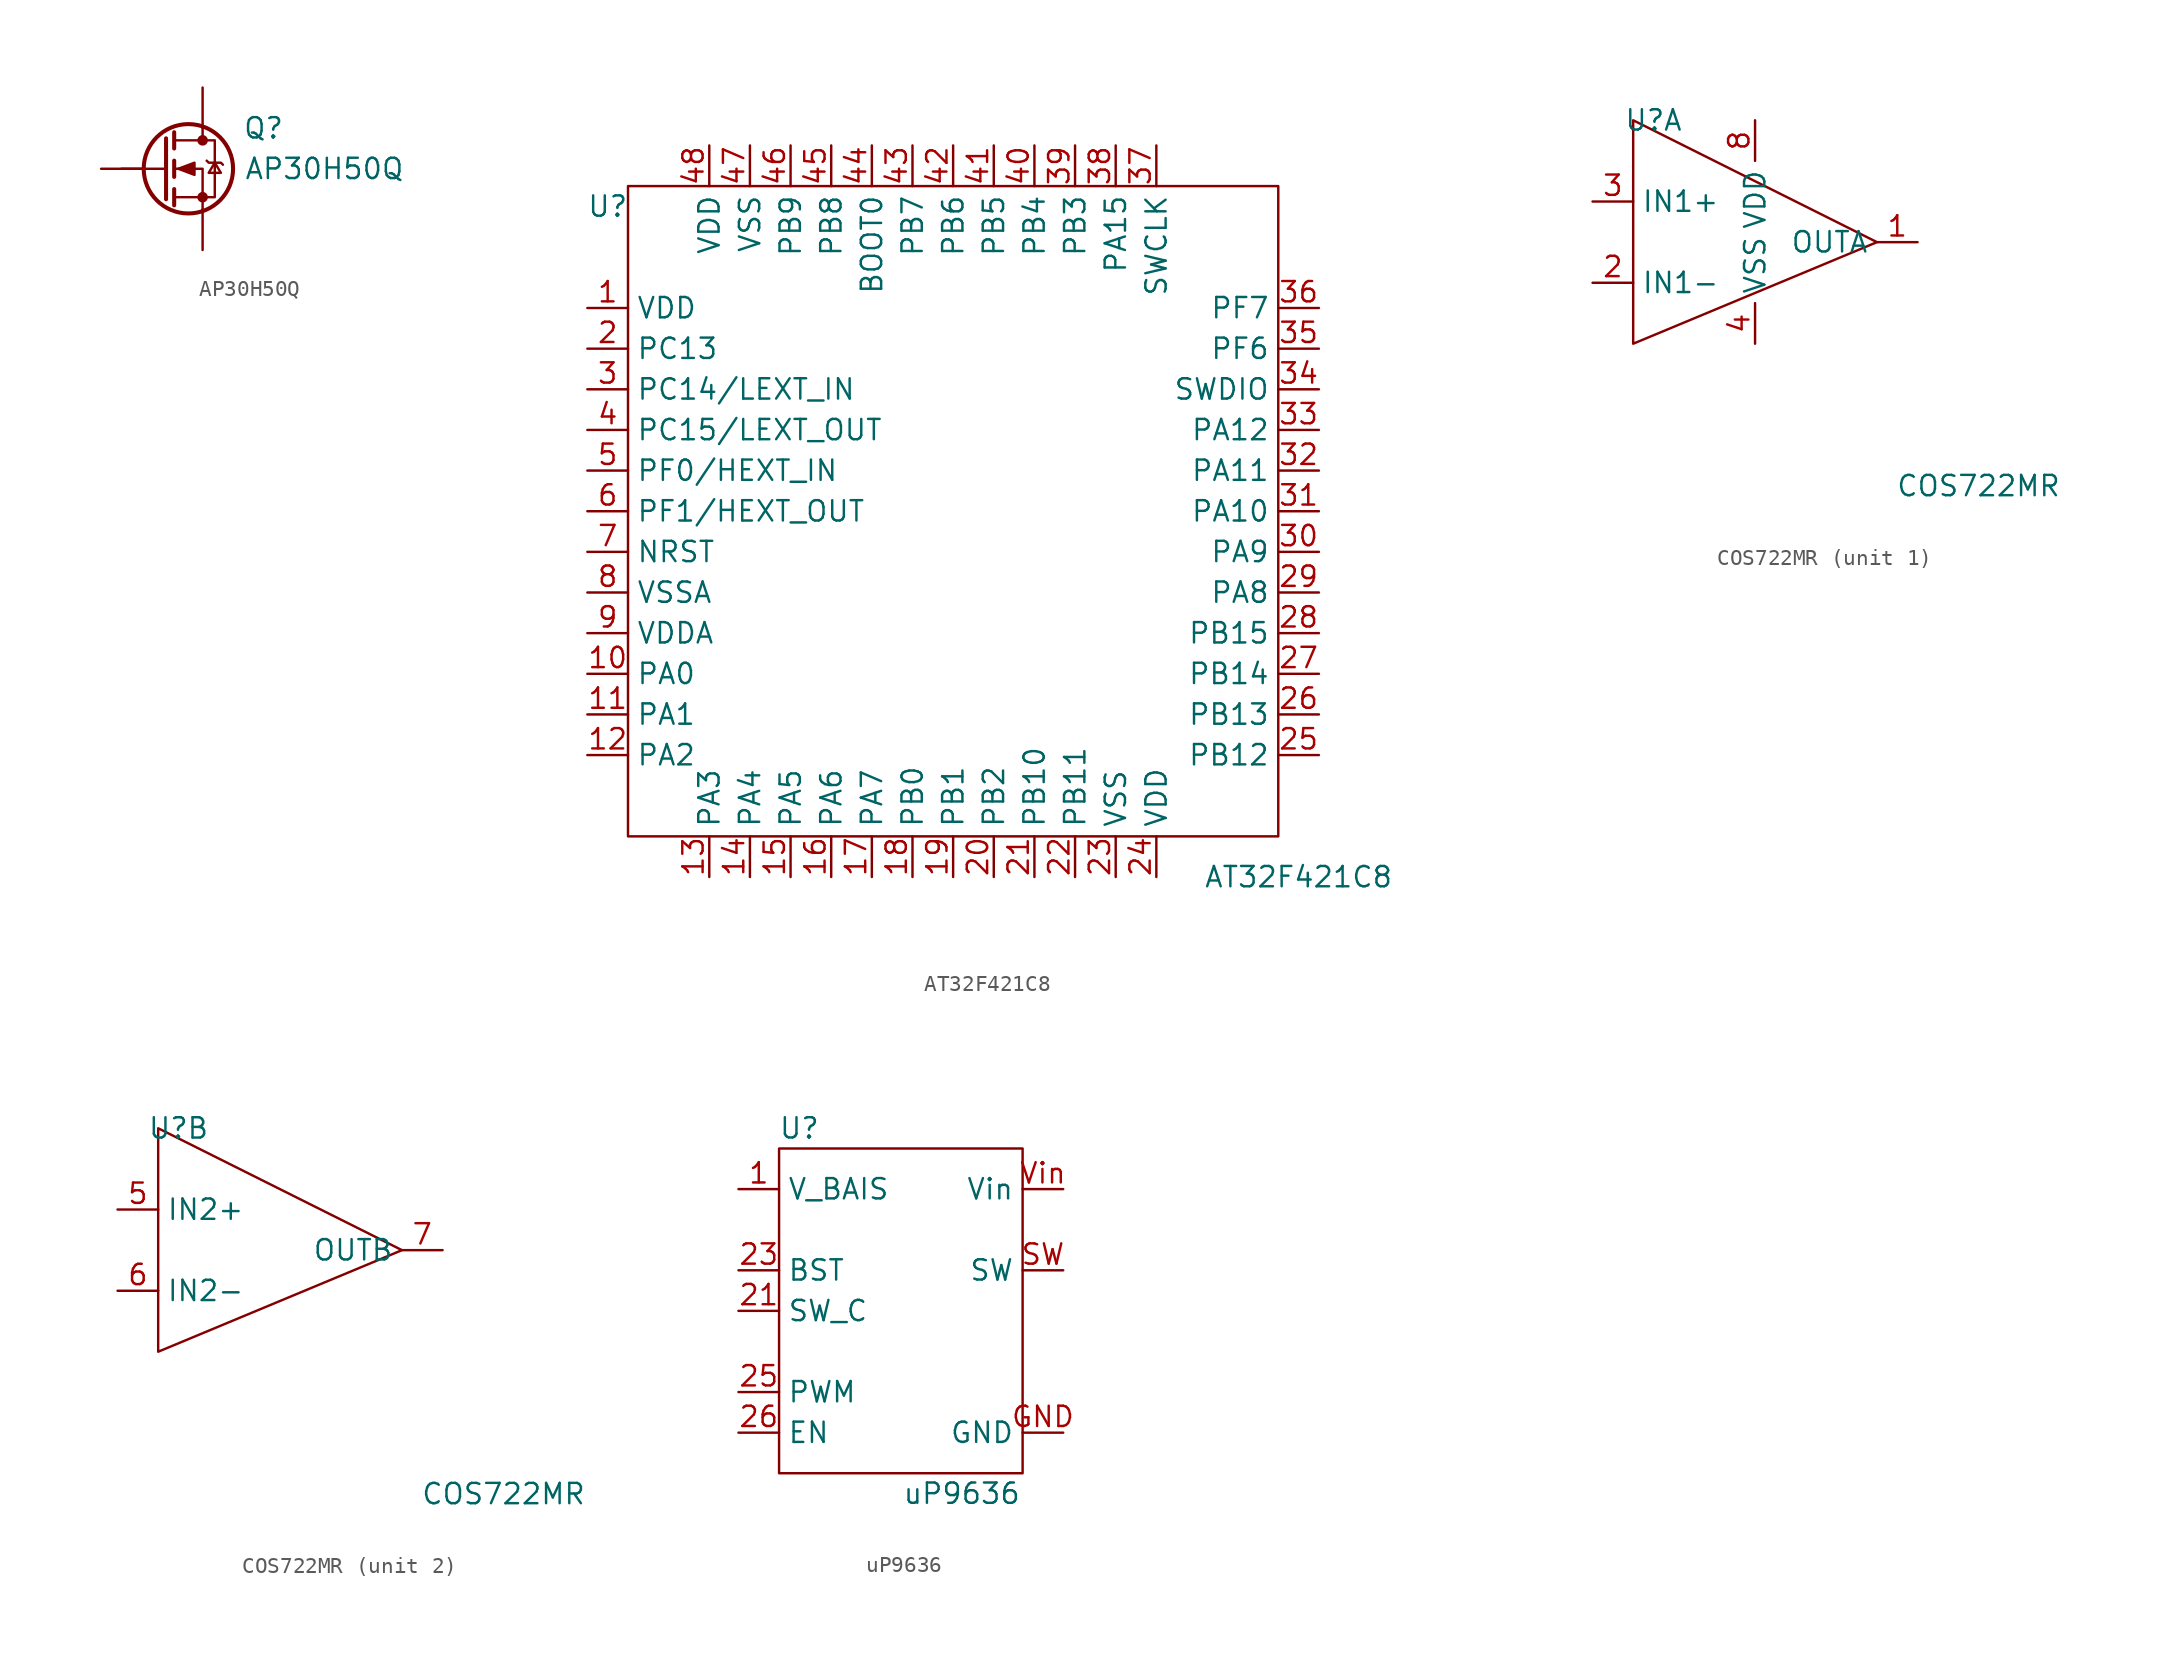
<source format=kicad_sym>
(kicad_symbol_lib
  (version 20211014)
  (generator kicad_symbol_editor)
  (symbol "AP30H50Q"
    (pin_numbers hide)
    (pin_names hide)
    (property "Reference" "Q"
      (at 10.16 7.62 0)
      (effects (font (size 1.27 1.27))))
    (property "Value" "AP30H50Q"
      (at 13.97 5.08 0)
      (effects (font (size 1.27 1.27))))
    (symbol "AP30H50Q_0_1"
      (polyline (pts (xy 4.064 5.08) (xy 1.27 5.08)) (stroke (width 0) (type default) (color 0 0 0 0)) (fill (type none)))
      (polyline (pts (xy 4.064 6.985) (xy 4.064 3.175)) (stroke (width 0.254) (type default) (color 0 0 0 0)) (fill (type none)))
      (polyline (pts (xy 4.572 3.81) (xy 4.572 2.794)) (stroke (width 0.254) (type default) (color 0 0 0 0)) (fill (type none)))
      (polyline (pts (xy 4.572 5.588) (xy 4.572 4.572)) (stroke (width 0.254) (type default) (color 0 0 0 0)) (fill (type none)))
      (polyline (pts (xy 4.572 7.366) (xy 4.572 6.35)) (stroke (width 0.254) (type default) (color 0 0 0 0)) (fill (type none)))
      (polyline (pts (xy 6.35 7.62) (xy 6.35 6.858)) (stroke (width 0) (type default) (color 0 0 0 0)) (fill (type none)))
      (polyline (pts (xy 6.35 2.54) (xy 6.35 5.08) (xy 4.572 5.08)) (stroke (width 0) (type default) (color 0 0 0 0)) (fill (type none)))
      (polyline (pts (xy 4.572 3.302) (xy 7.112 3.302) (xy 7.112 6.858) (xy 4.572 6.858)) (stroke (width 0) (type default) (color 0 0 0 0)) (fill (type none)))
      (polyline (pts (xy 4.826 5.08) (xy 5.842 5.461) (xy 5.842 4.699) (xy 4.826 5.08)) (stroke (width 0) (type default) (color 0 0 0 0)) (fill (type outline)))
      (polyline (pts (xy 6.604 5.588) (xy 6.731 5.461) (xy 7.493 5.461) (xy 7.62 5.334)) (stroke (width 0) (type default) (color 0 0 0 0)) (fill (type none)))
      (polyline (pts (xy 7.112 5.461) (xy 6.731 4.826) (xy 7.493 4.826) (xy 7.112 5.461)) (stroke (width 0) (type default) (color 0 0 0 0)) (fill (type none)))
      (circle (center 5.461 5.08) (radius 2.794) (stroke (width 0.254) (type default) (color 0 0 0 0)) (fill (type none)))
      (circle (center 6.35 3.302) (radius 0.254) (stroke (width 0) (type default) (color 0 0 0 0)) (fill (type outline)))
      (circle (center 6.35 6.858) (radius 0.254) (stroke (width 0) (type default) (color 0 0 0 0)) (fill (type outline))))
    (symbol "AP30H50Q_1_1"
      (pin passive line (at 6.35 0 90) (length 2.54) (name "S" (effects (font (size 1.27 1.27)))) (number "1" (effects (font (size 1.27 1.27)))))
      (pin passive line (at 6.35 0 90) (length 2.54) hide (name "S" (effects (font (size 1.27 1.27)))) (number "2" (effects (font (size 1.27 1.27)))))
      (pin passive line (at 6.35 0 90) (length 2.54) hide (name "S" (effects (font (size 1.27 1.27)))) (number "3" (effects (font (size 1.27 1.27)))))
      (pin passive line (at 0 5.08 0) (length 2.54) (name "G" (effects (font (size 1.27 1.27)))) (number "4" (effects (font (size 1.27 1.27)))))
      (pin passive line (at 6.35 10.16 270) (length 2.54) (name "D" (effects (font (size 1.27 1.27)))) (number "5" (effects (font (size 1.27 1.27)))))))
  (symbol "AT32F421C8"
    (property "Reference" "U"
      (at 1.27 41.91 0)
      (effects (font (size 1.27 1.27))))
    (property "Value" "AT32F421C8"
      (at 44.45 0 0)
      (effects (font (size 1.27 1.27))))
    (symbol "AT32F421C8_0_0"
      (pin power_in line (at 0 35.56 0) (length 2.54) (name "VDD" (effects (font (size 1.27 1.27)))) (number "1" (effects (font (size 1.27 1.27)))))
      (pin bidirectional line (at 0 12.7 0) (length 2.54) (name "PA0" (effects (font (size 1.27 1.27)))) (number "10" (effects (font (size 1.27 1.27)))))
      (pin bidirectional line (at 0 10.16 0) (length 2.54) (name "PA1" (effects (font (size 1.27 1.27)))) (number "11" (effects (font (size 1.27 1.27)))))
      (pin bidirectional line (at 0 7.62 0) (length 2.54) (name "PA2" (effects (font (size 1.27 1.27)))) (number "12" (effects (font (size 1.27 1.27)))))
      (pin bidirectional line (at 7.62 0 90) (length 2.54) (name "PA3" (effects (font (size 1.27 1.27)))) (number "13" (effects (font (size 1.27 1.27)))))
      (pin bidirectional line (at 10.16 0 90) (length 2.54) (name "PA4" (effects (font (size 1.27 1.27)))) (number "14" (effects (font (size 1.27 1.27)))))
      (pin bidirectional line (at 12.7 0 90) (length 2.54) (name "PA5" (effects (font (size 1.27 1.27)))) (number "15" (effects (font (size 1.27 1.27)))))
      (pin bidirectional line (at 15.24 0 90) (length 2.54) (name "PA6" (effects (font (size 1.27 1.27)))) (number "16" (effects (font (size 1.27 1.27)))))
      (pin bidirectional line (at 17.78 0 90) (length 2.54) (name "PA7" (effects (font (size 1.27 1.27)))) (number "17" (effects (font (size 1.27 1.27)))))
      (pin bidirectional line (at 20.32 0 90) (length 2.54) (name "PB0" (effects (font (size 1.27 1.27)))) (number "18" (effects (font (size 1.27 1.27)))))
      (pin bidirectional line (at 22.86 0 90) (length 2.54) (name "PB1" (effects (font (size 1.27 1.27)))) (number "19" (effects (font (size 1.27 1.27)))))
      (pin bidirectional line (at 0 33.02 0) (length 2.54) (name "PC13" (effects (font (size 1.27 1.27)))) (number "2" (effects (font (size 1.27 1.27)))))
      (pin bidirectional line (at 25.4 0 90) (length 2.54) (name "PB2" (effects (font (size 1.27 1.27)))) (number "20" (effects (font (size 1.27 1.27)))))
      (pin bidirectional line (at 27.94 0 90) (length 2.54) (name "PB10" (effects (font (size 1.27 1.27)))) (number "21" (effects (font (size 1.27 1.27)))))
      (pin bidirectional line (at 30.48 0 90) (length 2.54) (name "PB11" (effects (font (size 1.27 1.27)))) (number "22" (effects (font (size 1.27 1.27)))))
      (pin power_in line (at 33.02 0 90) (length 2.54) (name "VSS" (effects (font (size 1.27 1.27)))) (number "23" (effects (font (size 1.27 1.27)))))
      (pin power_in line (at 35.56 0 90) (length 2.54) (name "VDD" (effects (font (size 1.27 1.27)))) (number "24" (effects (font (size 1.27 1.27)))))
      (pin bidirectional line (at 45.72 7.62 180) (length 2.54) (name "PB12" (effects (font (size 1.27 1.27)))) (number "25" (effects (font (size 1.27 1.27)))))
      (pin bidirectional line (at 45.72 10.16 180) (length 2.54) (name "PB13" (effects (font (size 1.27 1.27)))) (number "26" (effects (font (size 1.27 1.27)))))
      (pin bidirectional line (at 45.72 12.7 180) (length 2.54) (name "PB14" (effects (font (size 1.27 1.27)))) (number "27" (effects (font (size 1.27 1.27)))))
      (pin bidirectional line (at 45.72 15.24 180) (length 2.54) (name "PB15" (effects (font (size 1.27 1.27)))) (number "28" (effects (font (size 1.27 1.27)))))
      (pin bidirectional line (at 45.72 17.78 180) (length 2.54) (name "PA8" (effects (font (size 1.27 1.27)))) (number "29" (effects (font (size 1.27 1.27)))))
      (pin bidirectional line (at 0 30.48 0) (length 2.54) (name "PC14/LEXT_IN" (effects (font (size 1.27 1.27)))) (number "3" (effects (font (size 1.27 1.27)))))
      (pin bidirectional line (at 45.72 20.32 180) (length 2.54) (name "PA9" (effects (font (size 1.27 1.27)))) (number "30" (effects (font (size 1.27 1.27)))))
      (pin bidirectional line (at 45.72 22.86 180) (length 2.54) (name "PA10" (effects (font (size 1.27 1.27)))) (number "31" (effects (font (size 1.27 1.27)))))
      (pin bidirectional line (at 45.72 25.4 180) (length 2.54) (name "PA11" (effects (font (size 1.27 1.27)))) (number "32" (effects (font (size 1.27 1.27)))))
      (pin bidirectional line (at 45.72 27.94 180) (length 2.54) (name "PA12" (effects (font (size 1.27 1.27)))) (number "33" (effects (font (size 1.27 1.27)))))
      (pin bidirectional line (at 45.72 30.48 180) (length 2.54) (name "SWDIO" (effects (font (size 1.27 1.27)))) (number "34" (effects (font (size 1.27 1.27)))))
      (pin bidirectional line (at 45.72 33.02 180) (length 2.54) (name "PF6" (effects (font (size 1.27 1.27)))) (number "35" (effects (font (size 1.27 1.27)))))
      (pin bidirectional line (at 45.72 35.56 180) (length 2.54) (name "PF7" (effects (font (size 1.27 1.27)))) (number "36" (effects (font (size 1.27 1.27)))))
      (pin input line (at 35.56 45.72 270) (length 2.54) (name "SWCLK" (effects (font (size 1.27 1.27)))) (number "37" (effects (font (size 1.27 1.27)))))
      (pin bidirectional line (at 33.02 45.72 270) (length 2.54) (name "PA15" (effects (font (size 1.27 1.27)))) (number "38" (effects (font (size 1.27 1.27)))))
      (pin bidirectional line (at 30.48 45.72 270) (length 2.54) (name "PB3" (effects (font (size 1.27 1.27)))) (number "39" (effects (font (size 1.27 1.27)))))
      (pin bidirectional line (at 0 27.94 0) (length 2.54) (name "PC15/LEXT_OUT" (effects (font (size 1.27 1.27)))) (number "4" (effects (font (size 1.27 1.27)))))
      (pin bidirectional line (at 27.94 45.72 270) (length 2.54) (name "PB4" (effects (font (size 1.27 1.27)))) (number "40" (effects (font (size 1.27 1.27)))))
      (pin bidirectional line (at 25.4 45.72 270) (length 2.54) (name "PB5" (effects (font (size 1.27 1.27)))) (number "41" (effects (font (size 1.27 1.27)))))
      (pin bidirectional line (at 22.86 45.72 270) (length 2.54) (name "PB6" (effects (font (size 1.27 1.27)))) (number "42" (effects (font (size 1.27 1.27)))))
      (pin bidirectional line (at 20.32 45.72 270) (length 2.54) (name "PB7" (effects (font (size 1.27 1.27)))) (number "43" (effects (font (size 1.27 1.27)))))
      (pin input line (at 17.78 45.72 270) (length 2.54) (name "BOOT0" (effects (font (size 1.27 1.27)))) (number "44" (effects (font (size 1.27 1.27)))))
      (pin bidirectional line (at 15.24 45.72 270) (length 2.54) (name "PB8" (effects (font (size 1.27 1.27)))) (number "45" (effects (font (size 1.27 1.27)))))
      (pin bidirectional line (at 12.7 45.72 270) (length 2.54) (name "PB9" (effects (font (size 1.27 1.27)))) (number "46" (effects (font (size 1.27 1.27)))))
      (pin power_in line (at 10.16 45.72 270) (length 2.54) (name "VSS" (effects (font (size 1.27 1.27)))) (number "47" (effects (font (size 1.27 1.27)))))
      (pin power_in line (at 7.62 45.72 270) (length 2.54) (name "VDD" (effects (font (size 1.27 1.27)))) (number "48" (effects (font (size 1.27 1.27)))))
      (pin bidirectional line (at 0 25.4 0) (length 2.54) (name "PF0/HEXT_IN" (effects (font (size 1.27 1.27)))) (number "5" (effects (font (size 1.27 1.27)))))
      (pin bidirectional line (at 0 22.86 0) (length 2.54) (name "PF1/HEXT_OUT" (effects (font (size 1.27 1.27)))) (number "6" (effects (font (size 1.27 1.27)))))
      (pin input line (at 0 20.32 0) (length 2.54) (name "NRST" (effects (font (size 1.27 1.27)))) (number "7" (effects (font (size 1.27 1.27)))))
      (pin power_in line (at 0 17.78 0) (length 2.54) (name "VSSA" (effects (font (size 1.27 1.27)))) (number "8" (effects (font (size 1.27 1.27)))))
      (pin power_in line (at 0 15.24 0) (length 2.54) (name "VDDA" (effects (font (size 1.27 1.27)))) (number "9" (effects (font (size 1.27 1.27))))))
    (symbol "AT32F421C8_0_1"
      (rectangle (start 2.54 43.18) (end 43.18 2.54) (stroke (width 0) (type default) (color 0 0 0 0)) (fill (type none)))))
  (symbol "COS722MR"
    (property "Reference" "U"
      (at 3.81 13.97 0)
      (effects (font (size 1.27 1.27))))
    (property "Value" "COS722MR"
      (at 24.13 -8.89 0)
      (effects (font (size 1.27 1.27))))
    (symbol "COS722MR_0_1"
      (polyline (pts (xy 2.54 13.97) (xy 17.78 6.35) (xy 2.54 0) (xy 2.54 13.97)) (stroke (width 0) (type default) (color 0 0 0 0)) (fill (type none))))
    (symbol "COS722MR_1_1"
      (pin output line (at 20.32 6.35 180) (length 2.54) (name "OUTA" (effects (font (size 1.27 1.27)))) (number "1" (effects (font (size 1.27 1.27)))))
      (pin input line (at 0 3.81 0) (length 2.54) (name "IN1-" (effects (font (size 1.27 1.27)))) (number "2" (effects (font (size 1.27 1.27)))))
      (pin input line (at 0 8.89 0) (length 2.54) (name "IN1+" (effects (font (size 1.27 1.27)))) (number "3" (effects (font (size 1.27 1.27)))))
      (pin power_in line (at 10.16 0 90) (length 2.54) (name "VSS" (effects (font (size 1.27 1.27)))) (number "4" (effects (font (size 1.27 1.27)))))
      (pin power_in line (at 10.16 13.97 270) (length 2.54) (name "VDD" (effects (font (size 1.27 1.27)))) (number "8" (effects (font (size 1.27 1.27))))))
    (symbol "COS722MR_2_1"
      (pin input line (at 0 8.89 0) (length 2.54) (name "IN2+" (effects (font (size 1.27 1.27)))) (number "5" (effects (font (size 1.27 1.27)))))
      (pin input line (at 0 3.81 0) (length 2.54) (name "IN2-" (effects (font (size 1.27 1.27)))) (number "6" (effects (font (size 1.27 1.27)))))
      (pin output line (at 20.32 6.35 180) (length 2.54) (name "OUTB" (effects (font (size 1.27 1.27)))) (number "7" (effects (font (size 1.27 1.27)))))))
  (symbol "uP9636"
    (property "Reference" "U"
      (at 3.81 21.59 0)
      (effects (font (size 1.27 1.27))))
    (property "Value" "uP9636"
      (at 13.97 -1.27 0)
      (effects (font (size 1.27 1.27))))
    (symbol "uP9636_0_1"
      (rectangle (start 2.54 20.32) (end 17.78 0) (stroke (width 0) (type default) (color 0 0 0 0)) (fill (type none))))
    (symbol "uP9636_1_1"
      (pin power_in line (at 0 17.78 0) (length 2.54) (name "V_BAIS" (effects (font (size 1.27 1.27)))) (number "1" (effects (font (size 1.27 1.27)))))
      (pin no_connect line (at 6.35 7.62 90) (length 2.54) hide (name "NC" (effects (font (size 1.27 1.27)))) (number "2" (effects (font (size 1.27 1.27)))))
      (pin no_connect line (at 8.89 7.62 90) (length 2.54) hide (name "NC" (effects (font (size 1.27 1.27)))) (number "20" (effects (font (size 1.27 1.27)))))
      (pin passive line (at 0 10.16 0) (length 2.54) (name "SW_C" (effects (font (size 1.27 1.27)))) (number "21" (effects (font (size 1.27 1.27)))))
      (pin no_connect line (at 11.43 7.62 90) (length 2.54) hide (name "NC" (effects (font (size 1.27 1.27)))) (number "22" (effects (font (size 1.27 1.27)))))
      (pin passive line (at 0 12.7 0) (length 2.54) (name "BST" (effects (font (size 1.27 1.27)))) (number "23" (effects (font (size 1.27 1.27)))))
      (pin no_connect line (at 13.97 7.62 90) (length 2.54) hide (name "NC" (effects (font (size 1.27 1.27)))) (number "24" (effects (font (size 1.27 1.27)))))
      (pin input line (at 0 5.08 0) (length 2.54) (name "PWM" (effects (font (size 1.27 1.27)))) (number "25" (effects (font (size 1.27 1.27)))))
      (pin input line (at 0 2.54 0) (length 2.54) (name "EN" (effects (font (size 1.27 1.27)))) (number "26" (effects (font (size 1.27 1.27)))))
      (pin power_in line (at 20.32 2.54 180) (length 2.54) (name "GND" (effects (font (size 1.27 1.27)))) (number "GND" (effects (font (size 1.27 1.27)))))
      (pin output line (at 20.32 12.7 180) (length 2.54) (name "SW" (effects (font (size 1.27 1.27)))) (number "SW" (effects (font (size 1.27 1.27)))))
      (pin power_in line (at 20.32 17.78 180) (length 2.54) (name "Vin" (effects (font (size 1.27 1.27)))) (number "Vin" (effects (font (size 1.27 1.27))))))))
</source>
